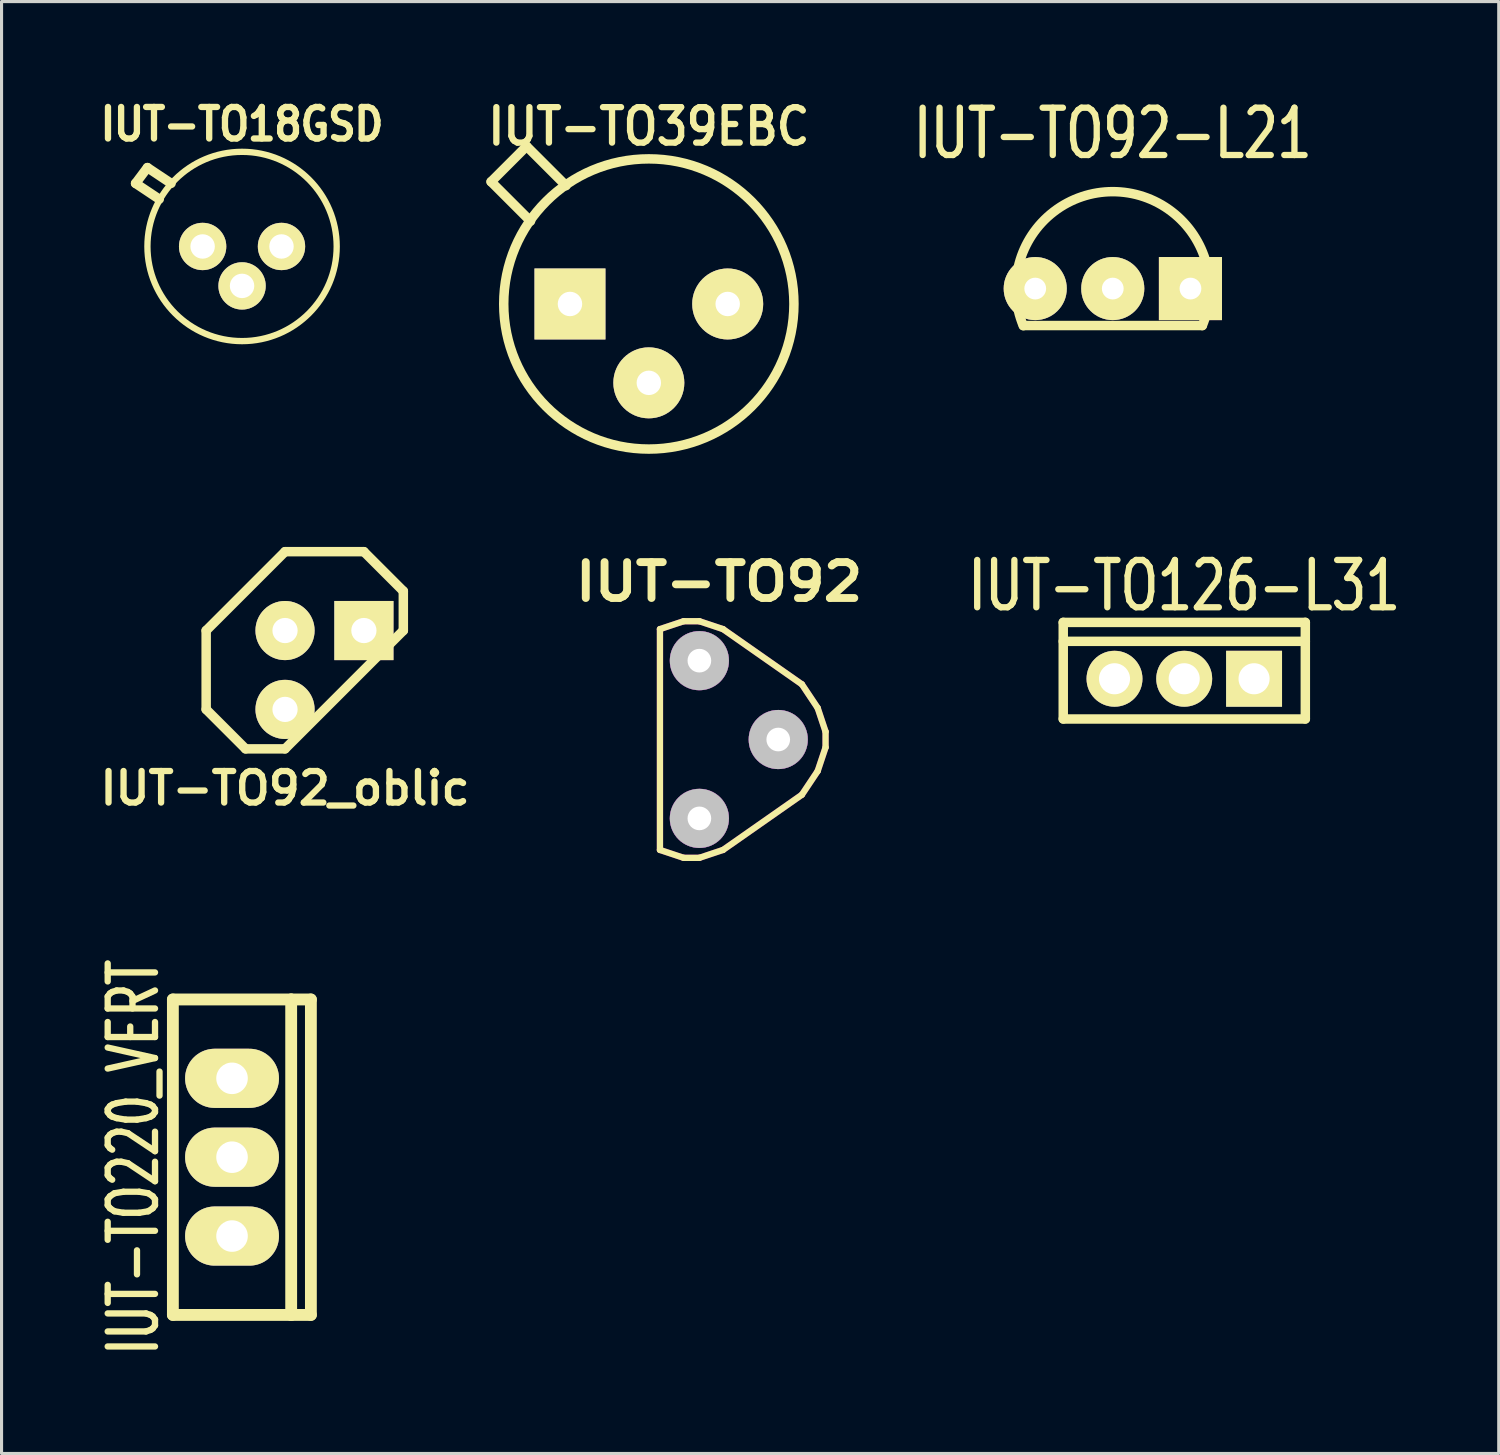
<source format=kicad_pcb>
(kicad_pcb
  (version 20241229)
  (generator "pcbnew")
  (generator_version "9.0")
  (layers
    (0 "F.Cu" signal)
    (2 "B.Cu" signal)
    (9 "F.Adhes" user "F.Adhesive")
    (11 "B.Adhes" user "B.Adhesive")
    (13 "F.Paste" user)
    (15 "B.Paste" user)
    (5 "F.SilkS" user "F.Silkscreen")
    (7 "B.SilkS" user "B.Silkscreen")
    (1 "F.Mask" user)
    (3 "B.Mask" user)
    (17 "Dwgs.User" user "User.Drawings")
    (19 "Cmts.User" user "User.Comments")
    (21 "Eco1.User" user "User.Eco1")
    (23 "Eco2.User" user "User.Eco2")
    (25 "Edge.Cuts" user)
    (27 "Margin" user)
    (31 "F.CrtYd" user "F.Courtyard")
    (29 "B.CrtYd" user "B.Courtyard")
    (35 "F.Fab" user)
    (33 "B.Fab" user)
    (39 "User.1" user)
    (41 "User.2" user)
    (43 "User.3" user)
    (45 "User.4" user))
  (footprint "IUT-TO220_VERT"
    (layer "F.Cu")
    (at 4.423 34.22)
    (property "Reference" "IUT-TO220_VERT" (at -3.175 0 90) (layer "F.SilkS") (effects (font (size 1.524 1.016) (thickness 0.203))))
    (attr through_hole)
    (fp_line (start -1.905 -5.08) (end 1.905 -5.08) (stroke (width 0.381) (type solid)) (layer "F.SilkS"))
    (fp_line (start -1.905 5.08) (end -1.905 -5.08) (stroke (width 0.381) (type solid)) (layer "F.SilkS"))
    (fp_line (start 1.905 -5.08) (end 1.905 5.08) (stroke (width 0.381) (type solid)) (layer "F.SilkS"))
    (fp_line (start 1.905 -5.08) (end 2.54 -5.08) (stroke (width 0.381) (type solid)) (layer "F.SilkS"))
    (fp_line (start 1.905 5.08) (end -1.905 5.08) (stroke (width 0.381) (type solid)) (layer "F.SilkS"))
    (fp_line (start 2.54 -5.08) (end 2.54 5.08) (stroke (width 0.381) (type solid)) (layer "F.SilkS"))
    (fp_line (start 2.54 5.08) (end 1.905 5.08) (stroke (width 0.381) (type solid)) (layer "F.SilkS"))
    (pad "1" thru_hole oval (at 0 2.54) (size 3.023 1.905) (drill 1.016) (layers "*.Cu" "*.Mask" "F.SilkS"))
    (pad "2" thru_hole oval (at 0 -2.54) (size 3.023 1.905) (drill 1.016) (layers "*.Cu" "*.Mask" "F.SilkS"))
    (pad "3" thru_hole oval (at 0 0) (size 3.023 1.905) (drill 1.016) (layers "*.Cu" "*.Mask" "F.SilkS")))
  (footprint "IUT-TO92_oblic"
    (layer "F.Cu")
    (at 7.4 18.528)
    (property "Reference" "IUT-TO92_oblic" (at -1.27 3.81 0) (layer "F.SilkS") (effects (font (size 1.016 1.016) (thickness 0.203))))
    (attr through_hole)
    (fp_line (start -3.81 -1.27) (end -3.81 1.27) (stroke (width 0.305) (type solid)) (layer "F.SilkS"))
    (fp_line (start -3.81 1.27) (end -2.54 2.54) (stroke (width 0.305) (type solid)) (layer "F.SilkS"))
    (fp_line (start -2.54 2.54) (end -1.27 2.54) (stroke (width 0.305) (type solid)) (layer "F.SilkS"))
    (fp_line (start -1.27 -3.81) (end -3.81 -1.27) (stroke (width 0.305) (type solid)) (layer "F.SilkS"))
    (fp_line (start -1.27 2.54) (end 2.54 -1.27) (stroke (width 0.305) (type solid)) (layer "F.SilkS"))
    (fp_line (start 1.27 -3.81) (end -1.27 -3.81) (stroke (width 0.305) (type solid)) (layer "F.SilkS"))
    (fp_line (start 2.54 -2.54) (end 1.27 -3.81) (stroke (width 0.305) (type solid)) (layer "F.SilkS"))
    (fp_line (start 2.54 -1.27) (end 2.54 -2.54) (stroke (width 0.305) (type solid)) (layer "F.SilkS"))
    (pad "1" thru_hole rect (at 1.27 -1.27) (size 1.905 1.905) (drill 0.813) (layers "*.Cu" "*.Mask" "F.SilkS"))
    (pad "2" thru_hole circle (at -1.27 -1.27) (size 1.905 1.905) (drill 0.813) (layers "*.Cu" "*.Mask" "F.SilkS"))
    (pad "3" thru_hole circle (at -1.27 1.27) (size 1.905 1.905) (drill 0.813) (layers "*.Cu" "*.Mask" "F.SilkS")))
  (footprint "IUT-TO92-L21"
    (layer "F.Cu")
    (at 32.789 6.244)
    (property "Reference" "IUT-TO92-L21" (at 0 -4.996 0) (layer "F.SilkS") (effects (font (size 1.524 1.143) (thickness 0.203))))
    (attr through_hole)
    (fp_line (start 2.883 1.191) (end -2.878 1.191) (stroke (width 0.305) (type solid)) (layer "F.SilkS"))
    (fp_arc (start -2.8829 1.1963) (mid -0.001999 -3.121256) (end 2.88443 1.192606) (stroke (width 0.3048) (type solid)) (layer "F.SilkS"))
    (pad "1" thru_hole circle (at -2.497 0) (size 2.032 2.032) (drill 0.701) (layers "*.Cu" "*.Mask" "F.SilkS"))
    (pad "2" thru_hole rect (at 2.502 0) (size 2.032 2.032) (drill 0.701) (layers "*.Cu" "*.Mask" "F.SilkS"))
    (pad "3" thru_hole circle (at 0 0) (size 2.032 2.032) (drill 0.701) (layers "*.Cu" "*.Mask" "F.SilkS")))
  (footprint "IUT-TO18GSD"
    (layer "F.Cu")
    (at 4.746 4.888)
    (property "Reference" "IUT-TO18GSD" (at 0 -3.937 0) (layer "F.SilkS") (effects (font (size 1.016 0.889) (thickness 0.203))))
    (attr through_hole)
    (fp_line (start -3.429 -2.032) (end -3.048 -2.54) (stroke (width 0.305) (type solid)) (layer "F.SilkS"))
    (fp_line (start -3.048 -2.54) (end -2.286 -2.032) (stroke (width 0.305) (type solid)) (layer "F.SilkS"))
    (fp_line (start -2.667 -1.524) (end -3.429 -2.032) (stroke (width 0.305) (type solid)) (layer "F.SilkS"))
    (fp_circle (center 0 0) (end -3.048 0) (stroke (width 0.203) (type solid)) (fill no) (layer "F.SilkS"))
    (pad "D" thru_hole circle (at 0 1.27) (size 1.524 1.524) (drill 0.787) (layers "*.Cu" "*.Mask" "F.SilkS"))
    (pad "G" thru_hole circle (at 1.27 0) (size 1.524 1.524) (drill 0.787) (layers "*.Cu" "*.Mask" "F.SilkS"))
    (pad "S" thru_hole circle (at -1.27 0) (size 1.524 1.524) (drill 0.787) (layers "*.Cu" "*.Mask" "F.SilkS")))
  (footprint "IUT-TO126-L31"
    (layer "F.Cu")
    (at 35.09 18.811)
    (property "Reference" "IUT-TO126-L31" (at 0 -2.997 0) (layer "F.SilkS") (effects (font (size 1.524 1.143) (thickness 0.203))))
    (attr through_hole)
    (fp_line (start -3.896 -1.816) (end -3.896 1.295) (stroke (width 0.305) (type solid)) (layer "F.SilkS"))
    (fp_line (start -3.896 -1.206) (end 3.901 -1.206) (stroke (width 0.305) (type solid)) (layer "F.SilkS"))
    (fp_line (start -3.896 1.295) (end 3.901 1.295) (stroke (width 0.305) (type solid)) (layer "F.SilkS"))
    (fp_line (start 3.901 -1.816) (end -3.896 -1.816) (stroke (width 0.305) (type solid)) (layer "F.SilkS"))
    (fp_line (start 3.901 1.295) (end 3.901 -1.816) (stroke (width 0.305) (type solid)) (layer "F.SilkS"))
    (pad "1" thru_hole rect (at 2.25 0) (size 1.801 1.801) (drill 1.001) (layers "*.Cu" "*.Mask" "F.SilkS"))
    (pad "2" thru_hole circle (at -2.245 0) (size 1.801 1.801) (drill 1.001) (layers "*.Cu" "*.Mask" "F.SilkS"))
    (pad "3" thru_hole circle (at 0 0) (size 1.801 1.801) (drill 1.001) (layers "*.Cu" "*.Mask" "F.SilkS")))
  (footprint "IUT-TO92"
    (layer "F.Cu")
    (at 19.475 23.308)
    (property "Reference" "IUT-TO92" (at 0.635 -7.62 0) (layer "F.SilkS") (effects (font (size 1.156 1.27) (thickness 0.254))))
    (attr through_hole)
    (fp_line (start -1.27 -6.096) (end -1.27 1.016) (stroke (width 0.203) (type solid)) (layer "F.SilkS"))
    (fp_line (start -1.27 1.016) (end -0.508 1.27) (stroke (width 0.203) (type solid)) (layer "F.SilkS"))
    (fp_line (start -0.508 -6.35) (end -1.27 -6.096) (stroke (width 0.203) (type solid)) (layer "F.SilkS"))
    (fp_line (start -0.508 1.27) (end 0 1.27) (stroke (width 0.203) (type solid)) (layer "F.SilkS"))
    (fp_line (start 0 -6.35) (end -0.508 -6.35) (stroke (width 0.203) (type solid)) (layer "F.SilkS"))
    (fp_line (start 0 1.27) (end 0.762 1.016) (stroke (width 0.203) (type solid)) (layer "F.SilkS"))
    (fp_line (start 0.762 -6.096) (end 0 -6.35) (stroke (width 0.203) (type solid)) (layer "F.SilkS"))
    (fp_line (start 0.762 1.016) (end 3.302 -0.762) (stroke (width 0.203) (type solid)) (layer "F.SilkS"))
    (fp_line (start 3.302 -4.318) (end 0.762 -6.096) (stroke (width 0.203) (type solid)) (layer "F.SilkS"))
    (fp_line (start 3.302 -0.762) (end 3.81 -1.524) (stroke (width 0.203) (type solid)) (layer "F.SilkS"))
    (fp_line (start 3.81 -3.556) (end 3.302 -4.318) (stroke (width 0.203) (type solid)) (layer "F.SilkS"))
    (fp_line (start 3.81 -1.524) (end 4.064 -2.286) (stroke (width 0.203) (type solid)) (layer "F.SilkS"))
    (fp_line (start 4.064 -2.794) (end 3.81 -3.556) (stroke (width 0.203) (type solid)) (layer "F.SilkS"))
    (fp_line (start 4.064 -2.286) (end 4.064 -2.794) (stroke (width 0.203) (type solid)) (layer "F.SilkS"))
    (fp_line (start -1.27 -6.096) (end -1.27 1.016) (stroke (width 0.203) (type solid)) (layer "F.Adhes"))
    (fp_line (start -1.27 1.016) (end -0.508 1.27) (stroke (width 0.203) (type solid)) (layer "F.Adhes"))
    (fp_line (start -0.508 -6.35) (end -1.27 -6.096) (stroke (width 0.203) (type solid)) (layer "F.Adhes"))
    (fp_line (start -0.508 1.27) (end 0 1.27) (stroke (width 0.203) (type solid)) (layer "F.Adhes"))
    (fp_line (start 0 -6.35) (end -0.508 -6.35) (stroke (width 0.203) (type solid)) (layer "F.Adhes"))
    (fp_line (start 0 1.27) (end 0.762 1.016) (stroke (width 0.203) (type solid)) (layer "F.Adhes"))
    (fp_line (start 0.762 -6.096) (end 0 -6.35) (stroke (width 0.203) (type solid)) (layer "F.Adhes"))
    (fp_line (start 0.762 1.016) (end 3.302 -0.762) (stroke (width 0.203) (type solid)) (layer "F.Adhes"))
    (fp_line (start 3.302 -4.318) (end 0.762 -6.096) (stroke (width 0.203) (type solid)) (layer "F.Adhes"))
    (fp_line (start 3.302 -0.762) (end 3.81 -1.524) (stroke (width 0.203) (type solid)) (layer "F.Adhes"))
    (fp_line (start 3.81 -3.556) (end 3.302 -4.318) (stroke (width 0.203) (type solid)) (layer "F.Adhes"))
    (fp_line (start 3.81 -1.524) (end 4.064 -2.286) (stroke (width 0.203) (type solid)) (layer "F.Adhes"))
    (fp_line (start 4.064 -2.794) (end 3.81 -3.556) (stroke (width 0.203) (type solid)) (layer "F.Adhes"))
    (fp_line (start 4.064 -2.286) (end 4.064 -2.794) (stroke (width 0.203) (type solid)) (layer "F.Adhes"))
    (pad "1" thru_hole circle (at 0 0) (size 1.905 1.905) (drill 0.762) (layers "*.Cu" "*.Adhes" "*.Mask" "Dwgs.User" "Eco1.User" "Eco2.User"))
    (pad "2" thru_hole circle (at 2.54 -2.54) (size 1.905 1.905) (drill 0.762) (layers "*.Cu" "*.Adhes" "*.Mask" "Dwgs.User" "Eco1.User" "Eco2.User"))
    (pad "3" thru_hole circle (at 0 -5.08) (size 1.905 1.905) (drill 0.762) (layers "*.Cu" "*.Adhes" "*.Mask" "Dwgs.User" "Eco1.User" "Eco2.User")))
  (footprint "IUT-TO39EBC"
    (layer "F.Cu")
    (at 17.847 6.74)
    (property "Reference" "IUT-TO39EBC" (at 0 -5.715 0) (layer "F.SilkS") (effects (font (size 1.143 1.016) (thickness 0.203))))
    (attr through_hole)
    (fp_line (start -3.937 -5.08) (end -5.08 -3.937) (stroke (width 0.305) (type solid)) (layer "F.SilkS"))
    (fp_line (start -3.81 -2.667) (end -5.08 -3.937) (stroke (width 0.305) (type solid)) (layer "F.SilkS"))
    (fp_line (start -2.667 -3.81) (end -3.937 -5.08) (stroke (width 0.305) (type solid)) (layer "F.SilkS"))
    (fp_circle (center 0 0) (end 3.175 3.429) (stroke (width 0.305) (type solid)) (fill no) (layer "F.SilkS"))
    (pad "1" thru_hole rect (at -2.54 0) (size 2.286 2.286) (drill 0.787) (layers "*.Cu" "*.Mask" "F.SilkS"))
    (pad "2" thru_hole circle (at 0 2.54) (size 2.286 2.286) (drill 0.787) (layers "*.Cu" "*.Mask" "F.SilkS"))
    (pad "3" thru_hole circle (at 2.54 0) (size 2.286 2.286) (drill 0.787) (layers "*.Cu" "*.Mask" "F.SilkS")))
  (gr_rect
    (start -3 -3)
    (end 45.22 43.762)
    (stroke (width 0.1) (type default))
    (fill no)
    (layer "Edge.Cuts")))
</source>
